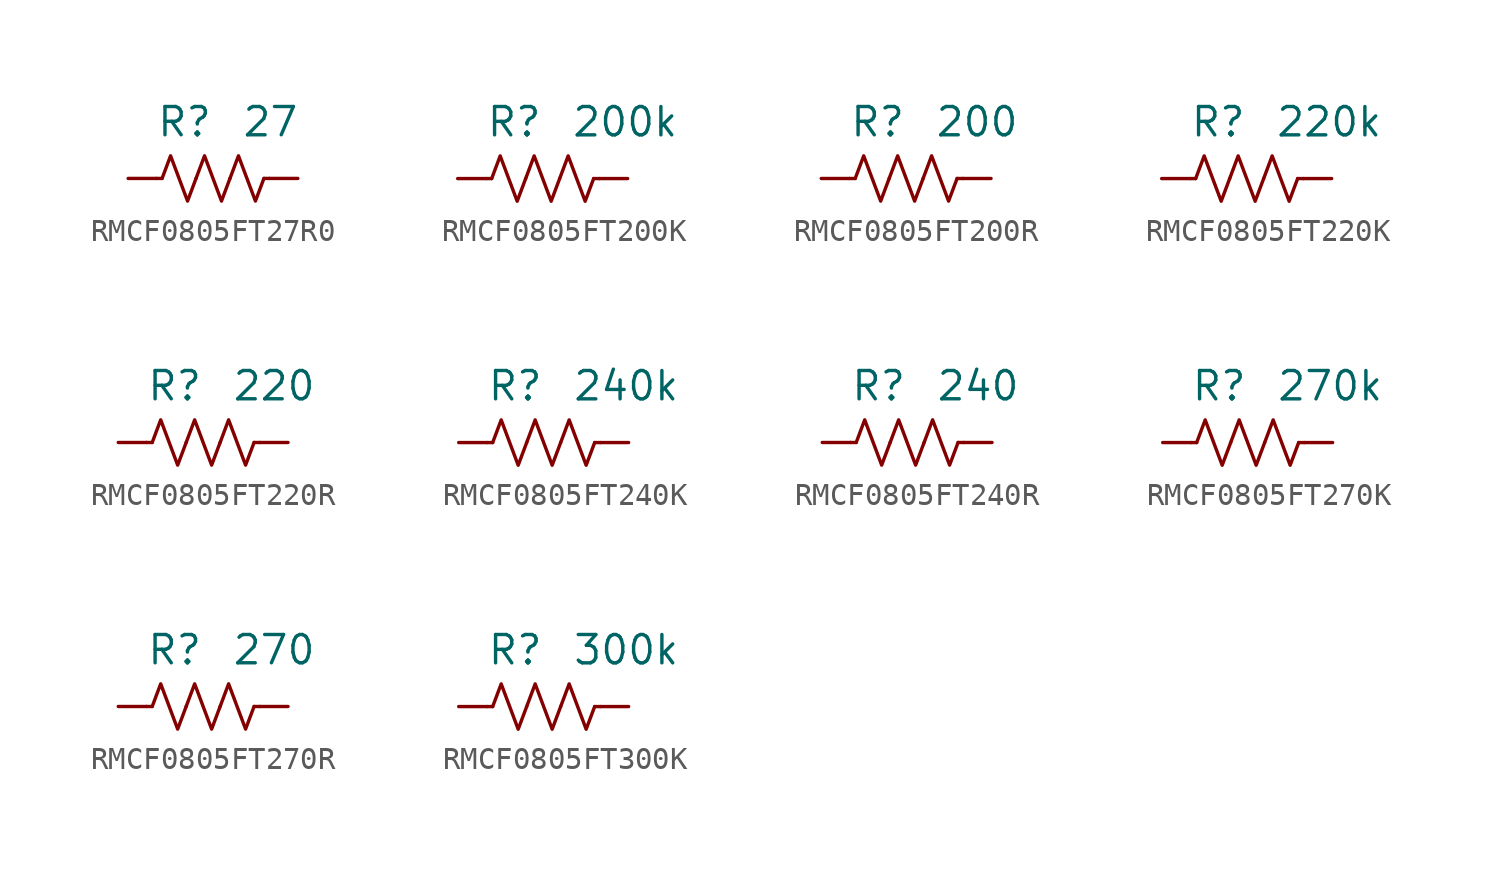
<source format=kicad_sym>
(kicad_symbol_lib
  (version 20241209)
  (generator "kicad_symbol_editor")
  (generator_version "9.0")
  (symbol "RMCF0805FT27R0"
    (pin_numbers
      (hide yes))
    (property "Reference" "R"
      (at 0 2.54 0)
      (effects (font (size 1.27 1.27)) (justify right)))
    (property "Value" "27"
      (at 1.27 2.54 0)
      (effects (font (size 1.27 1.27)) (justify left)))
    (symbol "RMCF0805FT27R0_0_1"
      (polyline (pts (xy -2.286 0) (xy -2.54 0)) (stroke (width 0) (type default)) (fill (type none)))
      (polyline (pts (xy -2.286 0) (xy -1.905 1.016) (xy -1.524 0) (xy -1.143 -1.016) (xy -0.762 0)) (stroke (width 0) (type default)) (fill (type none)))
      (polyline (pts (xy -0.762 0) (xy -0.381 1.016) (xy 0 0) (xy 0.381 -1.016) (xy 0.762 0)) (stroke (width 0) (type default)) (fill (type none)))
      (polyline (pts (xy 0.762 0) (xy 1.143 1.016) (xy 1.524 0) (xy 1.905 -1.016) (xy 2.286 0)) (stroke (width 0) (type default)) (fill (type none)))
      (polyline (pts (xy 2.286 0) (xy 2.54 0)) (stroke (width 0) (type default)) (fill (type none))))
    (symbol "RMCF0805FT27R0_1_1"
      (pin passive line (at -3.81 0 0) (length 1.27) (name "~" (effects (font (size 1.27 1.27)))) (number "1" (effects (font (size 1.27 1.27)))))
      (pin passive line (at 3.81 0 180) (length 1.27) (name "~" (effects (font (size 1.27 1.27)))) (number "2" (effects (font (size 1.27 1.27)))))))
  (symbol "RMCF0805FT200K"
    (pin_numbers
      (hide yes))
    (property "Reference" "R"
      (at 0 2.54 0)
      (effects (font (size 1.27 1.27)) (justify right)))
    (property "Value" "200k"
      (at 1.27 2.54 0)
      (effects (font (size 1.27 1.27)) (justify left)))
    (symbol "RMCF0805FT200K_0_1"
      (polyline (pts (xy -2.286 0) (xy -2.54 0)) (stroke (width 0) (type default)) (fill (type none)))
      (polyline (pts (xy -2.286 0) (xy -1.905 1.016) (xy -1.524 0) (xy -1.143 -1.016) (xy -0.762 0)) (stroke (width 0) (type default)) (fill (type none)))
      (polyline (pts (xy -0.762 0) (xy -0.381 1.016) (xy 0 0) (xy 0.381 -1.016) (xy 0.762 0)) (stroke (width 0) (type default)) (fill (type none)))
      (polyline (pts (xy 0.762 0) (xy 1.143 1.016) (xy 1.524 0) (xy 1.905 -1.016) (xy 2.286 0)) (stroke (width 0) (type default)) (fill (type none)))
      (polyline (pts (xy 2.286 0) (xy 2.54 0)) (stroke (width 0) (type default)) (fill (type none))))
    (symbol "RMCF0805FT200K_1_1"
      (pin passive line (at -3.81 0 0) (length 1.27) (name "~" (effects (font (size 1.27 1.27)))) (number "1" (effects (font (size 1.27 1.27)))))
      (pin passive line (at 3.81 0 180) (length 1.27) (name "~" (effects (font (size 1.27 1.27)))) (number "2" (effects (font (size 1.27 1.27)))))))
  (symbol "RMCF0805FT200R"
    (pin_numbers
      (hide yes))
    (property "Reference" "R"
      (at 0 2.54 0)
      (effects (font (size 1.27 1.27)) (justify right)))
    (property "Value" "200"
      (at 1.27 2.54 0)
      (effects (font (size 1.27 1.27)) (justify left)))
    (symbol "RMCF0805FT200R_0_1"
      (polyline (pts (xy -2.286 0) (xy -2.54 0)) (stroke (width 0) (type default)) (fill (type none)))
      (polyline (pts (xy -2.286 0) (xy -1.905 1.016) (xy -1.524 0) (xy -1.143 -1.016) (xy -0.762 0)) (stroke (width 0) (type default)) (fill (type none)))
      (polyline (pts (xy -0.762 0) (xy -0.381 1.016) (xy 0 0) (xy 0.381 -1.016) (xy 0.762 0)) (stroke (width 0) (type default)) (fill (type none)))
      (polyline (pts (xy 0.762 0) (xy 1.143 1.016) (xy 1.524 0) (xy 1.905 -1.016) (xy 2.286 0)) (stroke (width 0) (type default)) (fill (type none)))
      (polyline (pts (xy 2.286 0) (xy 2.54 0)) (stroke (width 0) (type default)) (fill (type none))))
    (symbol "RMCF0805FT200R_1_1"
      (pin passive line (at -3.81 0 0) (length 1.27) (name "~" (effects (font (size 1.27 1.27)))) (number "1" (effects (font (size 1.27 1.27)))))
      (pin passive line (at 3.81 0 180) (length 1.27) (name "~" (effects (font (size 1.27 1.27)))) (number "2" (effects (font (size 1.27 1.27)))))))
  (symbol "RMCF0805FT220K"
    (pin_numbers
      (hide yes))
    (property "Reference" "R"
      (at 0 2.54 0)
      (effects (font (size 1.27 1.27)) (justify right)))
    (property "Value" "220k"
      (at 1.27 2.54 0)
      (effects (font (size 1.27 1.27)) (justify left)))
    (symbol "RMCF0805FT220K_0_1"
      (polyline (pts (xy -2.286 0) (xy -2.54 0)) (stroke (width 0) (type default)) (fill (type none)))
      (polyline (pts (xy -2.286 0) (xy -1.905 1.016) (xy -1.524 0) (xy -1.143 -1.016) (xy -0.762 0)) (stroke (width 0) (type default)) (fill (type none)))
      (polyline (pts (xy -0.762 0) (xy -0.381 1.016) (xy 0 0) (xy 0.381 -1.016) (xy 0.762 0)) (stroke (width 0) (type default)) (fill (type none)))
      (polyline (pts (xy 0.762 0) (xy 1.143 1.016) (xy 1.524 0) (xy 1.905 -1.016) (xy 2.286 0)) (stroke (width 0) (type default)) (fill (type none)))
      (polyline (pts (xy 2.286 0) (xy 2.54 0)) (stroke (width 0) (type default)) (fill (type none))))
    (symbol "RMCF0805FT220K_1_1"
      (pin passive line (at -3.81 0 0) (length 1.27) (name "~" (effects (font (size 1.27 1.27)))) (number "1" (effects (font (size 1.27 1.27)))))
      (pin passive line (at 3.81 0 180) (length 1.27) (name "~" (effects (font (size 1.27 1.27)))) (number "2" (effects (font (size 1.27 1.27)))))))
  (symbol "RMCF0805FT220R"
    (pin_numbers
      (hide yes))
    (property "Reference" "R"
      (at 0 2.54 0)
      (effects (font (size 1.27 1.27)) (justify right)))
    (property "Value" "220"
      (at 1.27 2.54 0)
      (effects (font (size 1.27 1.27)) (justify left)))
    (symbol "RMCF0805FT220R_0_1"
      (polyline (pts (xy -2.286 0) (xy -2.54 0)) (stroke (width 0) (type default)) (fill (type none)))
      (polyline (pts (xy -2.286 0) (xy -1.905 1.016) (xy -1.524 0) (xy -1.143 -1.016) (xy -0.762 0)) (stroke (width 0) (type default)) (fill (type none)))
      (polyline (pts (xy -0.762 0) (xy -0.381 1.016) (xy 0 0) (xy 0.381 -1.016) (xy 0.762 0)) (stroke (width 0) (type default)) (fill (type none)))
      (polyline (pts (xy 0.762 0) (xy 1.143 1.016) (xy 1.524 0) (xy 1.905 -1.016) (xy 2.286 0)) (stroke (width 0) (type default)) (fill (type none)))
      (polyline (pts (xy 2.286 0) (xy 2.54 0)) (stroke (width 0) (type default)) (fill (type none))))
    (symbol "RMCF0805FT220R_1_1"
      (pin passive line (at -3.81 0 0) (length 1.27) (name "~" (effects (font (size 1.27 1.27)))) (number "1" (effects (font (size 1.27 1.27)))))
      (pin passive line (at 3.81 0 180) (length 1.27) (name "~" (effects (font (size 1.27 1.27)))) (number "2" (effects (font (size 1.27 1.27)))))))
  (symbol "RMCF0805FT240K"
    (pin_numbers
      (hide yes))
    (property "Reference" "R"
      (at 0 2.54 0)
      (effects (font (size 1.27 1.27)) (justify right)))
    (property "Value" "240k"
      (at 1.27 2.54 0)
      (effects (font (size 1.27 1.27)) (justify left)))
    (symbol "RMCF0805FT240K_0_1"
      (polyline (pts (xy -2.286 0) (xy -2.54 0)) (stroke (width 0) (type default)) (fill (type none)))
      (polyline (pts (xy -2.286 0) (xy -1.905 1.016) (xy -1.524 0) (xy -1.143 -1.016) (xy -0.762 0)) (stroke (width 0) (type default)) (fill (type none)))
      (polyline (pts (xy -0.762 0) (xy -0.381 1.016) (xy 0 0) (xy 0.381 -1.016) (xy 0.762 0)) (stroke (width 0) (type default)) (fill (type none)))
      (polyline (pts (xy 0.762 0) (xy 1.143 1.016) (xy 1.524 0) (xy 1.905 -1.016) (xy 2.286 0)) (stroke (width 0) (type default)) (fill (type none)))
      (polyline (pts (xy 2.286 0) (xy 2.54 0)) (stroke (width 0) (type default)) (fill (type none))))
    (symbol "RMCF0805FT240K_1_1"
      (pin passive line (at -3.81 0 0) (length 1.27) (name "~" (effects (font (size 1.27 1.27)))) (number "1" (effects (font (size 1.27 1.27)))))
      (pin passive line (at 3.81 0 180) (length 1.27) (name "~" (effects (font (size 1.27 1.27)))) (number "2" (effects (font (size 1.27 1.27)))))))
  (symbol "RMCF0805FT240R"
    (pin_numbers
      (hide yes))
    (property "Reference" "R"
      (at 0 2.54 0)
      (effects (font (size 1.27 1.27)) (justify right)))
    (property "Value" "240"
      (at 1.27 2.54 0)
      (effects (font (size 1.27 1.27)) (justify left)))
    (symbol "RMCF0805FT240R_0_1"
      (polyline (pts (xy -2.286 0) (xy -2.54 0)) (stroke (width 0) (type default)) (fill (type none)))
      (polyline (pts (xy -2.286 0) (xy -1.905 1.016) (xy -1.524 0) (xy -1.143 -1.016) (xy -0.762 0)) (stroke (width 0) (type default)) (fill (type none)))
      (polyline (pts (xy -0.762 0) (xy -0.381 1.016) (xy 0 0) (xy 0.381 -1.016) (xy 0.762 0)) (stroke (width 0) (type default)) (fill (type none)))
      (polyline (pts (xy 0.762 0) (xy 1.143 1.016) (xy 1.524 0) (xy 1.905 -1.016) (xy 2.286 0)) (stroke (width 0) (type default)) (fill (type none)))
      (polyline (pts (xy 2.286 0) (xy 2.54 0)) (stroke (width 0) (type default)) (fill (type none))))
    (symbol "RMCF0805FT240R_1_1"
      (pin passive line (at -3.81 0 0) (length 1.27) (name "~" (effects (font (size 1.27 1.27)))) (number "1" (effects (font (size 1.27 1.27)))))
      (pin passive line (at 3.81 0 180) (length 1.27) (name "~" (effects (font (size 1.27 1.27)))) (number "2" (effects (font (size 1.27 1.27)))))))
  (symbol "RMCF0805FT270K"
    (pin_numbers
      (hide yes))
    (property "Reference" "R"
      (at 0 2.54 0)
      (effects (font (size 1.27 1.27)) (justify right)))
    (property "Value" "270k"
      (at 1.27 2.54 0)
      (effects (font (size 1.27 1.27)) (justify left)))
    (symbol "RMCF0805FT270K_0_1"
      (polyline (pts (xy -2.286 0) (xy -2.54 0)) (stroke (width 0) (type default)) (fill (type none)))
      (polyline (pts (xy -2.286 0) (xy -1.905 1.016) (xy -1.524 0) (xy -1.143 -1.016) (xy -0.762 0)) (stroke (width 0) (type default)) (fill (type none)))
      (polyline (pts (xy -0.762 0) (xy -0.381 1.016) (xy 0 0) (xy 0.381 -1.016) (xy 0.762 0)) (stroke (width 0) (type default)) (fill (type none)))
      (polyline (pts (xy 0.762 0) (xy 1.143 1.016) (xy 1.524 0) (xy 1.905 -1.016) (xy 2.286 0)) (stroke (width 0) (type default)) (fill (type none)))
      (polyline (pts (xy 2.286 0) (xy 2.54 0)) (stroke (width 0) (type default)) (fill (type none))))
    (symbol "RMCF0805FT270K_1_1"
      (pin passive line (at -3.81 0 0) (length 1.27) (name "~" (effects (font (size 1.27 1.27)))) (number "1" (effects (font (size 1.27 1.27)))))
      (pin passive line (at 3.81 0 180) (length 1.27) (name "~" (effects (font (size 1.27 1.27)))) (number "2" (effects (font (size 1.27 1.27)))))))
  (symbol "RMCF0805FT270R"
    (pin_numbers
      (hide yes))
    (property "Reference" "R"
      (at 0 2.54 0)
      (effects (font (size 1.27 1.27)) (justify right)))
    (property "Value" "270"
      (at 1.27 2.54 0)
      (effects (font (size 1.27 1.27)) (justify left)))
    (symbol "RMCF0805FT270R_0_1"
      (polyline (pts (xy -2.286 0) (xy -2.54 0)) (stroke (width 0) (type default)) (fill (type none)))
      (polyline (pts (xy -2.286 0) (xy -1.905 1.016) (xy -1.524 0) (xy -1.143 -1.016) (xy -0.762 0)) (stroke (width 0) (type default)) (fill (type none)))
      (polyline (pts (xy -0.762 0) (xy -0.381 1.016) (xy 0 0) (xy 0.381 -1.016) (xy 0.762 0)) (stroke (width 0) (type default)) (fill (type none)))
      (polyline (pts (xy 0.762 0) (xy 1.143 1.016) (xy 1.524 0) (xy 1.905 -1.016) (xy 2.286 0)) (stroke (width 0) (type default)) (fill (type none)))
      (polyline (pts (xy 2.286 0) (xy 2.54 0)) (stroke (width 0) (type default)) (fill (type none))))
    (symbol "RMCF0805FT270R_1_1"
      (pin passive line (at -3.81 0 0) (length 1.27) (name "~" (effects (font (size 1.27 1.27)))) (number "1" (effects (font (size 1.27 1.27)))))
      (pin passive line (at 3.81 0 180) (length 1.27) (name "~" (effects (font (size 1.27 1.27)))) (number "2" (effects (font (size 1.27 1.27)))))))
  (symbol "RMCF0805FT300K"
    (pin_numbers
      (hide yes))
    (property "Reference" "R"
      (at 0 2.54 0)
      (effects (font (size 1.27 1.27)) (justify right)))
    (property "Value" "300k"
      (at 1.27 2.54 0)
      (effects (font (size 1.27 1.27)) (justify left)))
    (symbol "RMCF0805FT300K_0_1"
      (polyline (pts (xy -2.286 0) (xy -2.54 0)) (stroke (width 0) (type default)) (fill (type none)))
      (polyline (pts (xy -2.286 0) (xy -1.905 1.016) (xy -1.524 0) (xy -1.143 -1.016) (xy -0.762 0)) (stroke (width 0) (type default)) (fill (type none)))
      (polyline (pts (xy -0.762 0) (xy -0.381 1.016) (xy 0 0) (xy 0.381 -1.016) (xy 0.762 0)) (stroke (width 0) (type default)) (fill (type none)))
      (polyline (pts (xy 0.762 0) (xy 1.143 1.016) (xy 1.524 0) (xy 1.905 -1.016) (xy 2.286 0)) (stroke (width 0) (type default)) (fill (type none)))
      (polyline (pts (xy 2.286 0) (xy 2.54 0)) (stroke (width 0) (type default)) (fill (type none))))
    (symbol "RMCF0805FT300K_1_1"
      (pin passive line (at -3.81 0 0) (length 1.27) (name "~" (effects (font (size 1.27 1.27)))) (number "1" (effects (font (size 1.27 1.27)))))
      (pin passive line (at 3.81 0 180) (length 1.27) (name "~" (effects (font (size 1.27 1.27)))) (number "2" (effects (font (size 1.27 1.27))))))))
</source>
